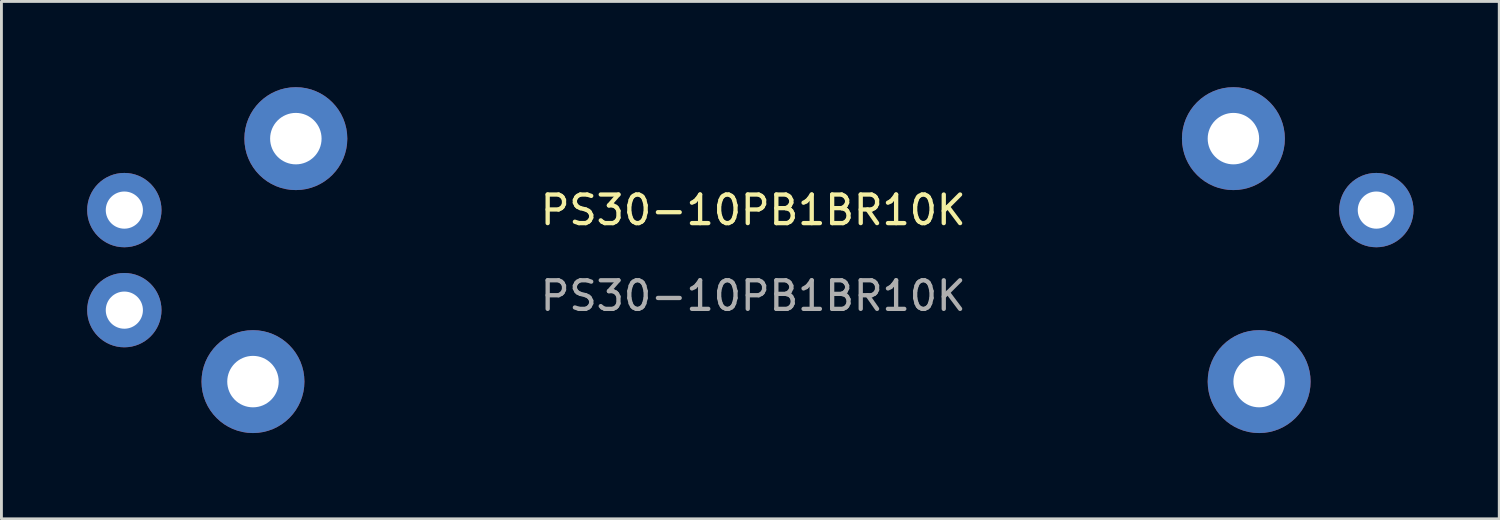
<source format=kicad_pcb>
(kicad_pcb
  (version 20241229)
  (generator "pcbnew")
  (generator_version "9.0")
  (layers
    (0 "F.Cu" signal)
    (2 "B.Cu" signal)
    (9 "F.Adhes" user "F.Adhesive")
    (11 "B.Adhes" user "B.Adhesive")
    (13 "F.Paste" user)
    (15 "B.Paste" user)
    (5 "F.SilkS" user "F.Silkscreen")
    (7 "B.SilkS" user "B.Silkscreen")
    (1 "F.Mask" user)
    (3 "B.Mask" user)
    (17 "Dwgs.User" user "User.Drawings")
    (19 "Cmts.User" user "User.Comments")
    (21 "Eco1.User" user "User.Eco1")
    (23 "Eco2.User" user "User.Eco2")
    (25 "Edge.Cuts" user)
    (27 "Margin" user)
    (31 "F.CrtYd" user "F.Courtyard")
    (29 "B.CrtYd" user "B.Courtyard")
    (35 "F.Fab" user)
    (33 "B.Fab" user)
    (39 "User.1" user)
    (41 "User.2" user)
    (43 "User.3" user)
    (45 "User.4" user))
  (footprint "PS30-10PB1BR10K"
    (layer "F.Cu")
    (at 23.5 5.8)
    (property "Reference" "PS30-10PB1BR10K" (at -0.2 -1.5 0) (unlocked yes) (layer "F.SilkS") (effects (font (size 1 1) (thickness 0.15))))
    (attr smd)
    (fp_text user "${REFERENCE}" (at -0.2 1.5 0) (unlocked yes) (layer "F.Fab") (effects (font (size 1 1) (thickness 0.15))))
    (pad "1" thru_hole circle (at -22.2 -1.5) (size 2.6 2.6) (drill 1.3) (layers "*.Cu" "*.Mask"))
    (pad "2" thru_hole circle (at -22.2 2) (size 2.6 2.6) (drill 1.3) (layers "*.Cu" "*.Mask"))
    (pad "3" thru_hole circle (at -17.7 4.5) (size 3.6 3.6) (drill 1.8) (layers "*.Cu" "*.Mask"))
    (pad "3" thru_hole circle (at -16.2 -4) (size 3.6 3.6) (drill 1.8) (layers "*.Cu" "*.Mask"))
    (pad "3" thru_hole circle (at 16.6 -4) (size 3.6 3.6) (drill 1.8) (layers "*.Cu" "*.Mask"))
    (pad "3" thru_hole circle (at 17.5 4.5) (size 3.6 3.6) (drill 1.8) (layers "*.Cu" "*.Mask"))
    (pad "3" thru_hole circle (at 21.6 -1.5) (size 2.6 2.6) (drill 1.3) (layers "*.Cu" "*.Mask")))
  (gr_rect
    (start -3 -3)
    (end 49.4 15.1)
    (stroke (width 0.1) (type default))
    (fill no)
    (layer "Edge.Cuts")))
</source>
